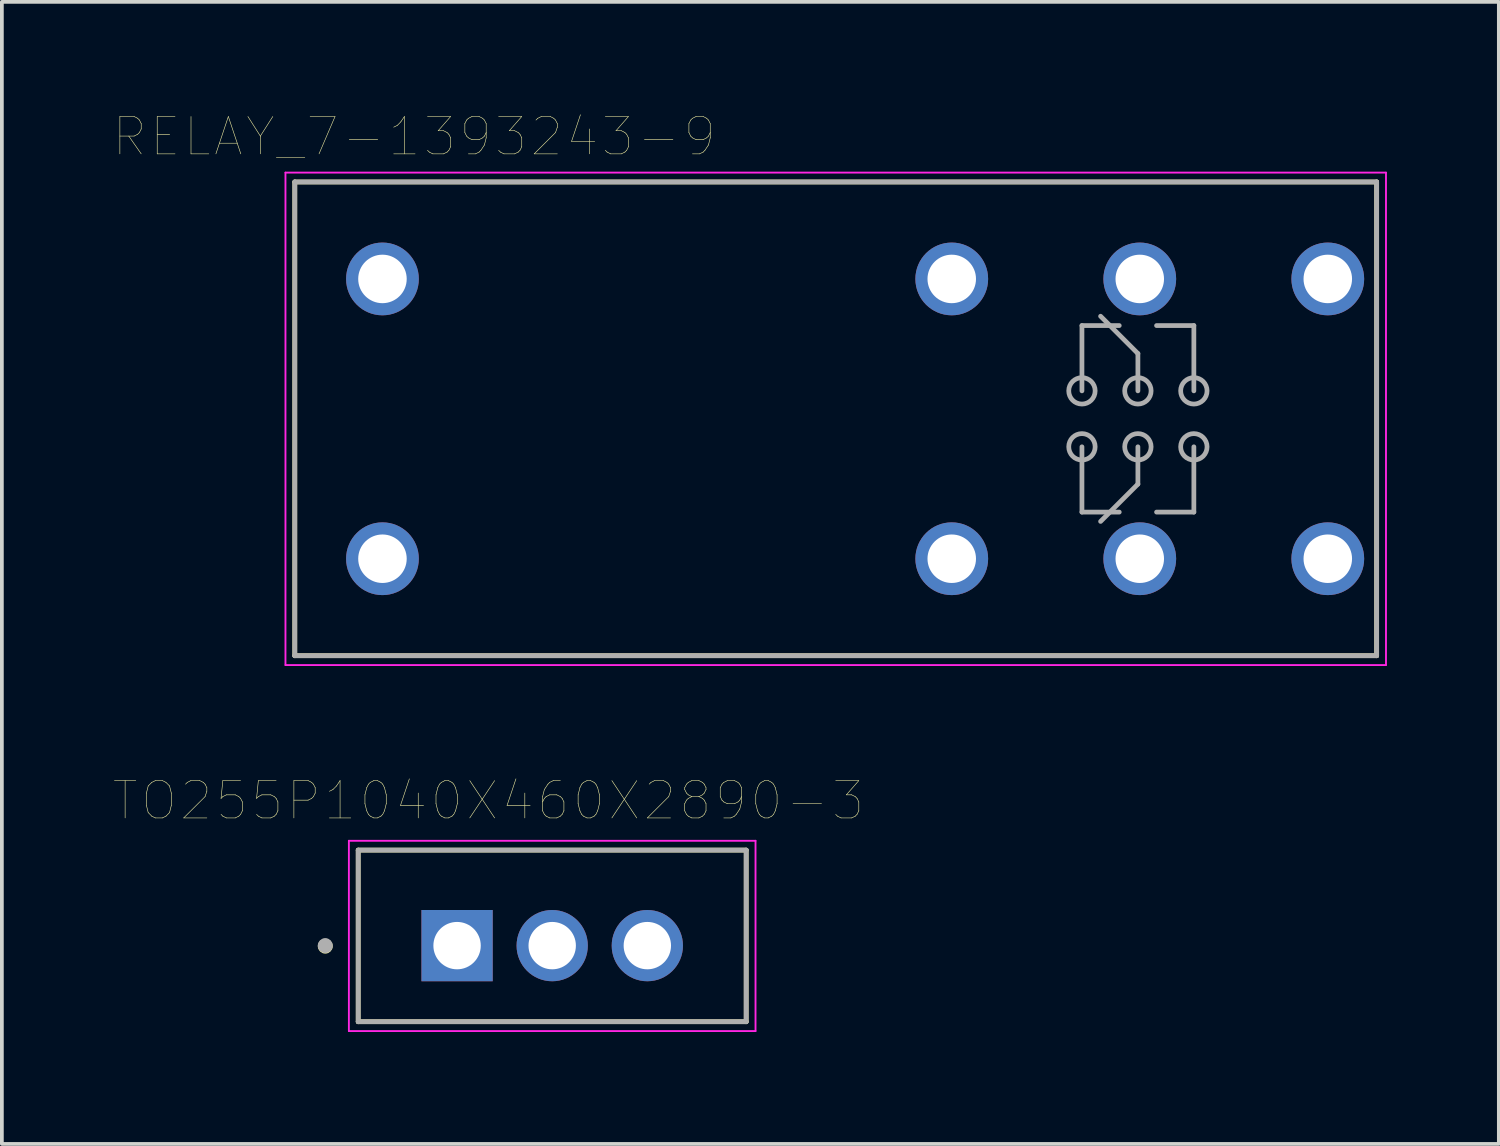
<source format=kicad_pcb>
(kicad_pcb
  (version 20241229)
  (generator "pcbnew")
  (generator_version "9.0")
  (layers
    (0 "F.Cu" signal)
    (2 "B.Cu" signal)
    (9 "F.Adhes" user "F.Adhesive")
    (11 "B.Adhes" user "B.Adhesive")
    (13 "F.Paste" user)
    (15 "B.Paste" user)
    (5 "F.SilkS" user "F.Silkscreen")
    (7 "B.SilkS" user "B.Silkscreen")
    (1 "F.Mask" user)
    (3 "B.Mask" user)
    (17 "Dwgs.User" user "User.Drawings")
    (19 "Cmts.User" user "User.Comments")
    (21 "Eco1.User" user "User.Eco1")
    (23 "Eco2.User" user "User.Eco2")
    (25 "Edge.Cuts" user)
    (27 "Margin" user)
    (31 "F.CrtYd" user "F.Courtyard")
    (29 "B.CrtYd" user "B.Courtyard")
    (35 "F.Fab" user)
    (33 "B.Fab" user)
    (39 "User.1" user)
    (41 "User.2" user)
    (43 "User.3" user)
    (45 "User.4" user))
  (footprint "TO255P1040X460X2890-3"
    (layer "F.Cu")
    (at 9.202 22.298)
    (property "Reference" "TO255P1040X460X2890-3" (at 0.84 -3.885 0) (layer "F.SilkS") (effects (font (size 1 1) (thickness 0.015))))
    (attr through_hole)
    (fp_line (start -2.65 -2.56) (end 7.75 -2.56) (stroke (width 0.127) (type solid)) (layer "F.SilkS"))
    (fp_line (start -2.65 2.04) (end -2.65 -2.56) (stroke (width 0.127) (type solid)) (layer "F.SilkS"))
    (fp_line (start 7.75 -2.56) (end 7.75 2.04) (stroke (width 0.127) (type solid)) (layer "F.SilkS"))
    (fp_line (start 7.75 2.04) (end -2.65 2.04) (stroke (width 0.127) (type solid)) (layer "F.SilkS"))
    (fp_circle (center -3.533 0.014) (end -3.433 0.014) (stroke (width 0.2) (type solid)) (fill no) (layer "F.SilkS"))
    (fp_line (start -2.9 -2.81) (end -2.9 2.29) (stroke (width 0.05) (type solid)) (layer "F.CrtYd"))
    (fp_line (start -2.9 2.29) (end 8 2.29) (stroke (width 0.05) (type solid)) (layer "F.CrtYd"))
    (fp_line (start 8 -2.81) (end -2.9 -2.81) (stroke (width 0.05) (type solid)) (layer "F.CrtYd"))
    (fp_line (start 8 2.29) (end 8 -2.81) (stroke (width 0.05) (type solid)) (layer "F.CrtYd"))
    (fp_line (start -2.65 -2.56) (end 7.75 -2.56) (stroke (width 0.127) (type solid)) (layer "F.Fab"))
    (fp_line (start -2.65 2.04) (end -2.65 -2.56) (stroke (width 0.127) (type solid)) (layer "F.Fab"))
    (fp_line (start 7.75 -2.56) (end 7.75 2.04) (stroke (width 0.127) (type solid)) (layer "F.Fab"))
    (fp_line (start 7.75 2.04) (end -2.65 2.04) (stroke (width 0.127) (type solid)) (layer "F.Fab"))
    (fp_circle (center -3.533 -0.001) (end -3.433 -0.001) (stroke (width 0.2) (type solid)) (fill no) (layer "F.Fab"))
    (pad "1" thru_hole rect (at 0 0) (size 1.91 1.91) (drill 1.27) (layers "*.Cu" "*.Mask"))
    (pad "2" thru_hole circle (at 2.55 0) (size 1.91 1.91) (drill 1.27) (layers "*.Cu" "*.Mask"))
    (pad "3" thru_hole circle (at 5.1 0) (size 1.91 1.91) (drill 1.27) (layers "*.Cu" "*.Mask")))
  (footprint "RELAY_7-1393243-9"
    (layer "F.Cu")
    (at 19.352 8.177)
    (property "Reference" "RELAY_7-1393243-9" (at -11.3 -7.565 0) (layer "F.SilkS") (effects (font (size 1.001 1.001) (thickness 0.015))))
    (attr through_hole)
    (fp_line (start -14.5 -6.35) (end 14.5 -6.35) (stroke (width 0.127) (type solid)) (layer "F.SilkS"))
    (fp_line (start -14.5 6.35) (end -14.5 -6.35) (stroke (width 0.127) (type solid)) (layer "F.SilkS"))
    (fp_line (start 14.5 -6.35) (end 14.5 6.35) (stroke (width 0.127) (type solid)) (layer "F.SilkS"))
    (fp_line (start 14.5 6.35) (end -14.5 6.35) (stroke (width 0.127) (type solid)) (layer "F.SilkS"))
    (fp_line (start -14.75 -6.6) (end 14.75 -6.6) (stroke (width 0.05) (type solid)) (layer "F.CrtYd"))
    (fp_line (start -14.75 6.6) (end -14.75 -6.6) (stroke (width 0.05) (type solid)) (layer "F.CrtYd"))
    (fp_line (start 14.75 -6.6) (end 14.75 6.6) (stroke (width 0.05) (type solid)) (layer "F.CrtYd"))
    (fp_line (start 14.75 6.6) (end -14.75 6.6) (stroke (width 0.05) (type solid)) (layer "F.CrtYd"))
    (fp_line (start -14.5 -6.35) (end 14.5 -6.35) (stroke (width 0.127) (type solid)) (layer "F.Fab"))
    (fp_line (start -14.5 6.35) (end -14.5 -6.35) (stroke (width 0.127) (type solid)) (layer "F.Fab"))
    (fp_line (start 6.6 -2.5) (end 6.6 -0.75) (stroke (width 0.127) (type solid)) (layer "F.Fab"))
    (fp_line (start 6.6 0.75) (end 6.6 2.5) (stroke (width 0.127) (type solid)) (layer "F.Fab"))
    (fp_line (start 6.6 2.5) (end 7.6 2.5) (stroke (width 0.127) (type solid)) (layer "F.Fab"))
    (fp_line (start 7.6 -2.5) (end 6.6 -2.5) (stroke (width 0.127) (type solid)) (layer "F.Fab"))
    (fp_line (start 8.1 -1.75) (end 7.1 -2.75) (stroke (width 0.127) (type solid)) (layer "F.Fab"))
    (fp_line (start 8.1 -1.75) (end 8.1 -0.75) (stroke (width 0.127) (type solid)) (layer "F.Fab"))
    (fp_line (start 8.1 1.75) (end 7.1 2.75) (stroke (width 0.127) (type solid)) (layer "F.Fab"))
    (fp_line (start 8.1 1.75) (end 8.1 0.75) (stroke (width 0.127) (type solid)) (layer "F.Fab"))
    (fp_line (start 8.6 2.5) (end 9.6 2.5) (stroke (width 0.127) (type solid)) (layer "F.Fab"))
    (fp_line (start 9.6 -2.5) (end 8.6 -2.5) (stroke (width 0.127) (type solid)) (layer "F.Fab"))
    (fp_line (start 9.6 -0.75) (end 9.6 -2.5) (stroke (width 0.127) (type solid)) (layer "F.Fab"))
    (fp_line (start 9.6 2.5) (end 9.6 0.75) (stroke (width 0.127) (type solid)) (layer "F.Fab"))
    (fp_line (start 14.5 -6.35) (end 14.5 6.35) (stroke (width 0.127) (type solid)) (layer "F.Fab"))
    (fp_line (start 14.5 6.35) (end -14.5 6.35) (stroke (width 0.127) (type solid)) (layer "F.Fab"))
    (fp_circle (center 6.6 -0.75) (end 6.954 -0.75) (stroke (width 0.127) (type solid)) (fill no) (layer "F.Fab"))
    (fp_circle (center 6.6 0.75) (end 6.954 0.75) (stroke (width 0.127) (type solid)) (fill no) (layer "F.Fab"))
    (fp_circle (center 8.1 -0.75) (end 8.454 -0.75) (stroke (width 0.127) (type solid)) (fill no) (layer "F.Fab"))
    (fp_circle (center 8.1 0.75) (end 8.454 0.75) (stroke (width 0.127) (type solid)) (fill no) (layer "F.Fab"))
    (fp_circle (center 9.6 -0.75) (end 9.954 -0.75) (stroke (width 0.127) (type solid)) (fill no) (layer "F.Fab"))
    (fp_circle (center 9.6 0.75) (end 9.954 0.75) (stroke (width 0.127) (type solid)) (fill no) (layer "F.Fab"))
    (pad "11" thru_hole circle (at 8.15 3.75) (size 1.95 1.95) (drill 1.3) (layers "*.Cu" "*.Mask"))
    (pad "12" thru_hole circle (at 3.11 3.75) (size 1.95 1.95) (drill 1.3) (layers "*.Cu" "*.Mask"))
    (pad "14" thru_hole circle (at 13.19 3.75) (size 1.95 1.95) (drill 1.3) (layers "*.Cu" "*.Mask"))
    (pad "21" thru_hole circle (at 8.15 -3.75) (size 1.95 1.95) (drill 1.3) (layers "*.Cu" "*.Mask"))
    (pad "22" thru_hole circle (at 3.11 -3.75) (size 1.95 1.95) (drill 1.3) (layers "*.Cu" "*.Mask"))
    (pad "24" thru_hole circle (at 13.19 -3.75) (size 1.95 1.95) (drill 1.3) (layers "*.Cu" "*.Mask"))
    (pad "A1" thru_hole circle (at -12.15 3.75) (size 1.95 1.95) (drill 1.3) (layers "*.Cu" "*.Mask"))
    (pad "A2" thru_hole circle (at -12.15 -3.75) (size 1.95 1.95) (drill 1.3) (layers "*.Cu" "*.Mask")))
  (gr_rect
    (start -3 -3)
    (end 37.127 27.613)
    (stroke (width 0.1) (type default))
    (fill no)
    (layer "Edge.Cuts")))
</source>
